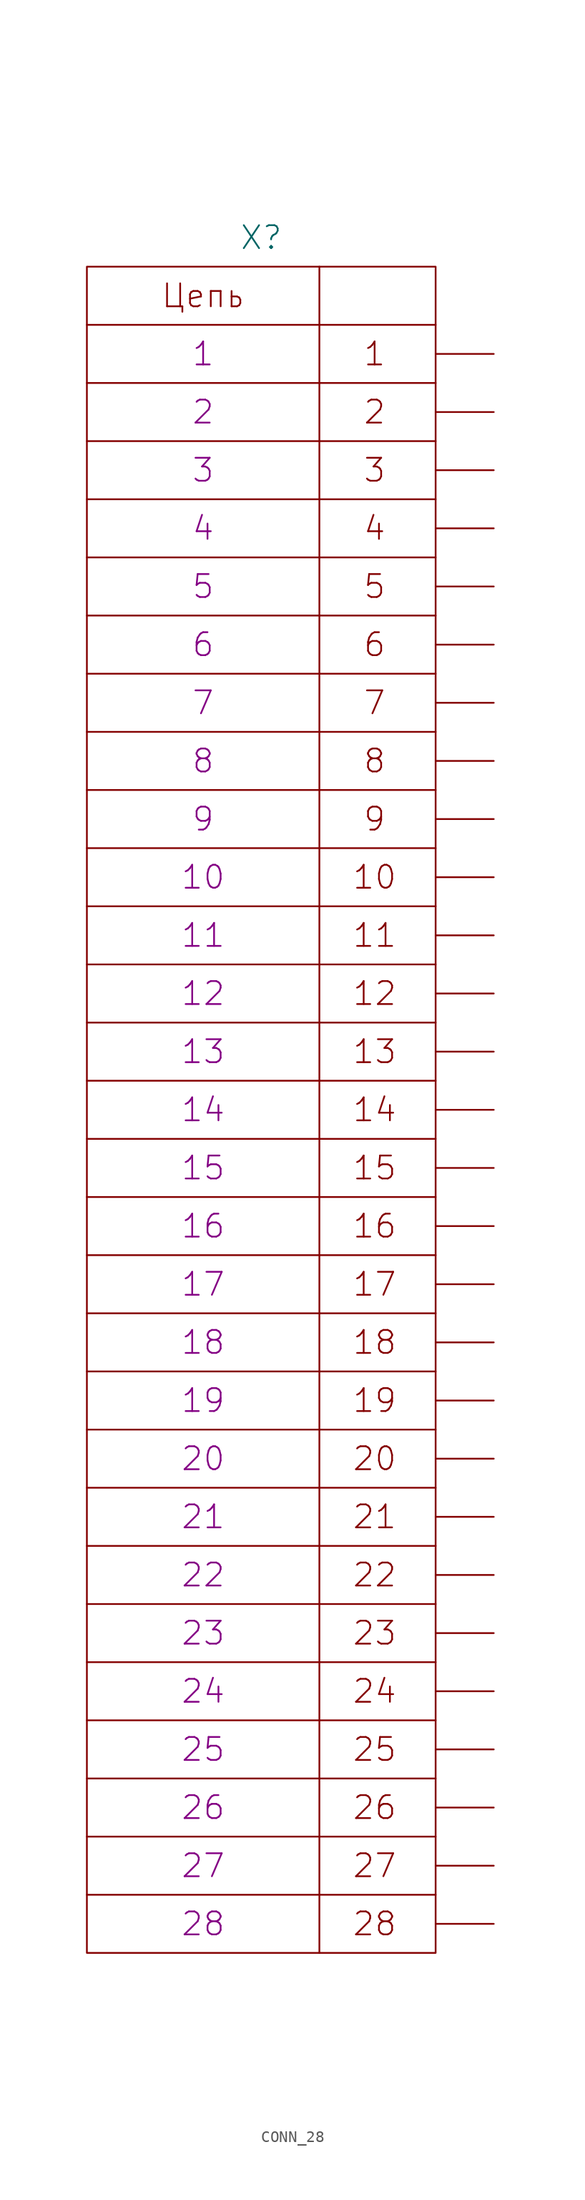
<source format=kicad_sym>
(kicad_symbol_lib
  (version 20231120)
  (generator "kicad_symbol_editor")
  (generator_version "8.0")
  (symbol "CONN_28"
    (pin_numbers hide)
    (pin_names
      (offset 0) hide)
    (property "Reference" "X"
      (at 0 76.2 0)
      (effects (font (size 2.007 2.007))))
    (property "PIN1" "1"
      (at -5.08 66.04 0)
      (effects (font (size 2.007 2.007))))
    (property "PIN2" "2"
      (at -5.08 60.96 0)
      (effects (font (size 2.007 2.007))))
    (property "PIN3" "3"
      (at -5.08 55.88 0)
      (effects (font (size 2.007 2.007))))
    (property "PIN4" "4"
      (at -5.08 50.8 0)
      (effects (font (size 2.007 2.007))))
    (property "PIN5" "5"
      (at -5.08 45.72 0)
      (effects (font (size 2.007 2.007))))
    (property "PIN6" "6"
      (at -5.08 40.64 0)
      (effects (font (size 2.007 2.007))))
    (property "PIN7" "7"
      (at -5.08 35.56 0)
      (effects (font (size 2.007 2.007))))
    (property "PIN8" "8"
      (at -5.08 30.48 0)
      (effects (font (size 2.007 2.007))))
    (property "PIN9" "9"
      (at -5.08 25.4 0)
      (effects (font (size 2.007 2.007))))
    (property "PIN10" "10"
      (at -5.08 20.32 0)
      (effects (font (size 2.007 2.007))))
    (property "PIN11" "11"
      (at -5.08 15.24 0)
      (effects (font (size 2.007 2.007))))
    (property "PIN12" "12"
      (at -5.08 10.16 0)
      (effects (font (size 2.007 2.007))))
    (property "PIN13" "13"
      (at -5.08 5.08 0)
      (effects (font (size 2.007 2.007))))
    (property "PIN14" "14"
      (at -5.08 0 0)
      (effects (font (size 2.007 2.007))))
    (property "PIN15" "15"
      (at -5.08 -5.08 0)
      (effects (font (size 2.007 2.007))))
    (property "PIN16" "16"
      (at -5.08 -10.16 0)
      (effects (font (size 2.007 2.007))))
    (property "PIN17" "17"
      (at -5.08 -15.24 0)
      (effects (font (size 2.007 2.007))))
    (property "PIN18" "18"
      (at -5.08 -20.32 0)
      (effects (font (size 2.007 2.007))))
    (property "PIN19" "19"
      (at -5.08 -25.4 0)
      (effects (font (size 2.007 2.007))))
    (property "PIN20" "20"
      (at -5.08 -30.48 0)
      (effects (font (size 2.007 2.007))))
    (property "PIN21" "21"
      (at -5.08 -35.56 0)
      (effects (font (size 2.007 2.007))))
    (property "PIN22" "22"
      (at -5.08 -40.64 0)
      (effects (font (size 2.007 2.007))))
    (property "PIN23" "23"
      (at -5.08 -45.72 0)
      (effects (font (size 2.007 2.007))))
    (property "PIN24" "24"
      (at -5.08 -50.8 0)
      (effects (font (size 2.007 2.007))))
    (property "PIN25" "25"
      (at -5.08 -55.88 0)
      (effects (font (size 2.007 2.007))))
    (property "PIN26" "26"
      (at -5.08 -60.96 0)
      (effects (font (size 2.007 2.007))))
    (property "PIN27" "27"
      (at -5.08 -66.04 0)
      (effects (font (size 2.007 2.007))))
    (property "PIN28" "28"
      (at -5.08 -71.12 0)
      (effects (font (size 2.007 2.007))))
    (symbol "CONN_28_0_0"
      (polyline (pts (xy -15.24 -68.58) (xy 15.24 -68.58)) (stroke (width 0) (type solid)) (fill (type none)))
      (polyline (pts (xy -15.24 -63.5) (xy 15.24 -63.5)) (stroke (width 0) (type solid)) (fill (type none)))
      (polyline (pts (xy -15.24 -58.42) (xy 15.24 -58.42)) (stroke (width 0) (type solid)) (fill (type none)))
      (polyline (pts (xy -15.24 -53.34) (xy 15.24 -53.34)) (stroke (width 0) (type solid)) (fill (type none)))
      (polyline (pts (xy -15.24 -48.26) (xy 15.24 -48.26)) (stroke (width 0) (type solid)) (fill (type none)))
      (polyline (pts (xy -15.24 -43.18) (xy 15.24 -43.18)) (stroke (width 0) (type solid)) (fill (type none)))
      (polyline (pts (xy -15.24 -38.1) (xy 15.24 -38.1)) (stroke (width 0) (type solid)) (fill (type none)))
      (polyline (pts (xy -15.24 -33.02) (xy 15.24 -33.02)) (stroke (width 0) (type solid)) (fill (type none)))
      (polyline (pts (xy -15.24 -27.94) (xy 15.24 -27.94)) (stroke (width 0) (type solid)) (fill (type none)))
      (polyline (pts (xy -15.24 -22.86) (xy 15.24 -22.86)) (stroke (width 0) (type solid)) (fill (type none)))
      (polyline (pts (xy -15.24 -17.78) (xy 15.24 -17.78)) (stroke (width 0) (type solid)) (fill (type none)))
      (polyline (pts (xy -15.24 -12.7) (xy 15.24 -12.7)) (stroke (width 0) (type solid)) (fill (type none)))
      (polyline (pts (xy -15.24 -7.62) (xy 15.24 -7.62)) (stroke (width 0) (type solid)) (fill (type none)))
      (polyline (pts (xy -15.24 -2.54) (xy 15.24 -2.54)) (stroke (width 0) (type solid)) (fill (type none)))
      (polyline (pts (xy -15.24 2.54) (xy 15.24 2.54)) (stroke (width 0) (type solid)) (fill (type none)))
      (polyline (pts (xy -15.24 7.62) (xy 15.24 7.62)) (stroke (width 0) (type solid)) (fill (type none)))
      (polyline (pts (xy -15.24 12.7) (xy 15.24 12.7)) (stroke (width 0) (type solid)) (fill (type none)))
      (polyline (pts (xy -15.24 17.78) (xy 15.24 17.78)) (stroke (width 0) (type solid)) (fill (type none)))
      (polyline (pts (xy -15.24 22.86) (xy 15.24 22.86)) (stroke (width 0) (type solid)) (fill (type none)))
      (polyline (pts (xy -15.24 27.94) (xy 15.24 27.94)) (stroke (width 0) (type solid)) (fill (type none)))
      (polyline (pts (xy -15.24 33.02) (xy 15.24 33.02)) (stroke (width 0) (type solid)) (fill (type none)))
      (polyline (pts (xy -15.24 38.1) (xy 15.24 38.1)) (stroke (width 0) (type solid)) (fill (type none)))
      (polyline (pts (xy -15.24 43.18) (xy 15.24 43.18)) (stroke (width 0) (type solid)) (fill (type none)))
      (polyline (pts (xy -15.24 48.26) (xy 15.24 48.26)) (stroke (width 0) (type solid)) (fill (type none)))
      (polyline (pts (xy -15.24 53.34) (xy 15.24 53.34)) (stroke (width 0) (type solid)) (fill (type none)))
      (polyline (pts (xy -15.24 58.42) (xy 15.24 58.42)) (stroke (width 0) (type solid)) (fill (type none)))
      (polyline (pts (xy -15.24 63.5) (xy 15.24 63.5)) (stroke (width 0) (type solid)) (fill (type none)))
      (polyline (pts (xy -15.24 68.58) (xy 15.24 68.58)) (stroke (width 0) (type solid)) (fill (type none)))
      (polyline (pts (xy 5.08 73.66) (xy 5.08 -73.66)) (stroke (width 0) (type solid)) (fill (type none)))
      (rectangle (start 15.24 73.66) (end -15.24 -73.66) (stroke (width 0) (type solid)) (fill (type none))))
    (symbol "CONN_28_1_1"
      (text "1" (at 9.906 66.04 0) (effects (font (size 2.007 2.007))))
      (text "10" (at 9.906 20.32 0) (effects (font (size 2.007 2.007))))
      (text "11" (at 9.906 15.24 0) (effects (font (size 2.007 2.007))))
      (text "12" (at 9.906 10.16 0) (effects (font (size 2.007 2.007))))
      (text "13" (at 9.906 5.08 0) (effects (font (size 2.007 2.007))))
      (text "14" (at 9.906 0 0) (effects (font (size 2.007 2.007))))
      (text "15" (at 9.906 -5.08 0) (effects (font (size 2.007 2.007))))
      (text "16" (at 9.906 -10.16 0) (effects (font (size 2.007 2.007))))
      (text "17" (at 9.906 -15.24 0) (effects (font (size 2.007 2.007))))
      (text "18" (at 9.906 -20.32 0) (effects (font (size 2.007 2.007))))
      (text "19" (at 9.906 -25.4 0) (effects (font (size 2.007 2.007))))
      (text "2" (at 9.906 60.96 0) (effects (font (size 2.007 2.007))))
      (text "20" (at 9.906 -30.48 0) (effects (font (size 2.007 2.007))))
      (text "21" (at 9.906 -35.56 0) (effects (font (size 2.007 2.007))))
      (text "22" (at 9.906 -40.64 0) (effects (font (size 2.007 2.007))))
      (text "23" (at 9.906 -45.72 0) (effects (font (size 2.007 2.007))))
      (text "24" (at 9.906 -50.8 0) (effects (font (size 2.007 2.007))))
      (text "25" (at 9.906 -55.88 0) (effects (font (size 2.007 2.007))))
      (text "26" (at 9.906 -60.96 0) (effects (font (size 2.007 2.007))))
      (text "27" (at 9.906 -66.04 0) (effects (font (size 2.007 2.007))))
      (text "28" (at 9.906 -71.12 0) (effects (font (size 2.007 2.007))))
      (text "3" (at 9.906 55.88 0) (effects (font (size 2.007 2.007))))
      (text "4" (at 9.906 50.8 0) (effects (font (size 2.007 2.007))))
      (text "5" (at 9.906 45.72 0) (effects (font (size 2.007 2.007))))
      (text "6" (at 9.906 40.64 0) (effects (font (size 2.007 2.007))))
      (text "7" (at 9.906 35.56 0) (effects (font (size 2.007 2.007))))
      (text "8" (at 9.906 30.48 0) (effects (font (size 2.007 2.007))))
      (text "9" (at 9.906 25.4 0) (effects (font (size 2.007 2.007))))
      (text "Цепь" (at -5.08 71.12 0) (effects (font (size 2.007 2.007))))
      (pin passive line (at 20.32 66.04 180) (length 5.08) (name "1" (effects (font (size 2.007 2.007)))) (number "1" (effects (font (size 2.007 2.007)))))
      (pin passive line (at 20.32 20.32 180) (length 5.08) (name "10" (effects (font (size 2.007 2.007)))) (number "10" (effects (font (size 2.007 2.007)))))
      (pin passive line (at 20.32 15.24 180) (length 5.08) (name "11" (effects (font (size 2.007 2.007)))) (number "11" (effects (font (size 2.007 2.007)))))
      (pin passive line (at 20.32 10.16 180) (length 5.08) (name "12" (effects (font (size 2.007 2.007)))) (number "12" (effects (font (size 2.007 2.007)))))
      (pin passive line (at 20.32 5.08 180) (length 5.08) (name "13" (effects (font (size 2.007 2.007)))) (number "13" (effects (font (size 2.007 2.007)))))
      (pin passive line (at 20.32 0 180) (length 5.08) (name "14" (effects (font (size 2.007 2.007)))) (number "14" (effects (font (size 2.007 2.007)))))
      (pin passive line (at 20.32 -5.08 180) (length 5.08) (name "15" (effects (font (size 2.007 2.007)))) (number "15" (effects (font (size 2.007 2.007)))))
      (pin passive line (at 20.32 -10.16 180) (length 5.08) (name "16" (effects (font (size 2.007 2.007)))) (number "16" (effects (font (size 2.007 2.007)))))
      (pin passive line (at 20.32 -15.24 180) (length 5.08) (name "17" (effects (font (size 2.007 2.007)))) (number "17" (effects (font (size 2.007 2.007)))))
      (pin passive line (at 20.32 -20.32 180) (length 5.08) (name "18" (effects (font (size 2.007 2.007)))) (number "18" (effects (font (size 2.007 2.007)))))
      (pin passive line (at 20.32 -25.4 180) (length 5.08) (name "19" (effects (font (size 2.007 2.007)))) (number "19" (effects (font (size 2.007 2.007)))))
      (pin passive line (at 20.32 60.96 180) (length 5.08) (name "2" (effects (font (size 2.007 2.007)))) (number "2" (effects (font (size 2.007 2.007)))))
      (pin passive line (at 20.32 -30.48 180) (length 5.08) (name "20" (effects (font (size 2.007 2.007)))) (number "20" (effects (font (size 2.007 2.007)))))
      (pin passive line (at 20.32 -35.56 180) (length 5.08) (name "21" (effects (font (size 2.007 2.007)))) (number "21" (effects (font (size 2.007 2.007)))))
      (pin passive line (at 20.32 -40.64 180) (length 5.08) (name "22" (effects (font (size 2.007 2.007)))) (number "22" (effects (font (size 2.007 2.007)))))
      (pin passive line (at 20.32 -45.72 180) (length 5.08) (name "23" (effects (font (size 2.007 2.007)))) (number "23" (effects (font (size 2.007 2.007)))))
      (pin passive line (at 20.32 -50.8 180) (length 5.08) (name "24" (effects (font (size 2.007 2.007)))) (number "24" (effects (font (size 2.007 2.007)))))
      (pin passive line (at 20.32 -55.88 180) (length 5.08) (name "25" (effects (font (size 2.007 2.007)))) (number "25" (effects (font (size 2.007 2.007)))))
      (pin passive line (at 20.32 -60.96 180) (length 5.08) (name "26" (effects (font (size 2.007 2.007)))) (number "26" (effects (font (size 2.007 2.007)))))
      (pin passive line (at 20.32 -66.04 180) (length 5.08) (name "27" (effects (font (size 2.007 2.007)))) (number "27" (effects (font (size 2.007 2.007)))))
      (pin passive line (at 20.32 -71.12 180) (length 5.08) (name "28" (effects (font (size 2.007 2.007)))) (number "28" (effects (font (size 2.007 2.007)))))
      (pin passive line (at 20.32 55.88 180) (length 5.08) (name "3" (effects (font (size 2.007 2.007)))) (number "3" (effects (font (size 2.007 2.007)))))
      (pin passive line (at 20.32 50.8 180) (length 5.08) (name "4" (effects (font (size 2.007 2.007)))) (number "4" (effects (font (size 2.007 2.007)))))
      (pin passive line (at 20.32 45.72 180) (length 5.08) (name "5" (effects (font (size 2.007 2.007)))) (number "5" (effects (font (size 2.007 2.007)))))
      (pin passive line (at 20.32 40.64 180) (length 5.08) (name "6" (effects (font (size 2.007 2.007)))) (number "6" (effects (font (size 2.007 2.007)))))
      (pin passive line (at 20.32 35.56 180) (length 5.08) (name "7" (effects (font (size 2.007 2.007)))) (number "7" (effects (font (size 2.007 2.007)))))
      (pin passive line (at 20.32 30.48 180) (length 5.08) (name "8" (effects (font (size 2.007 2.007)))) (number "8" (effects (font (size 2.007 2.007)))))
      (pin passive line (at 20.32 25.4 180) (length 5.08) (name "9" (effects (font (size 2.007 2.007)))) (number "9" (effects (font (size 2.007 2.007))))))))
</source>
